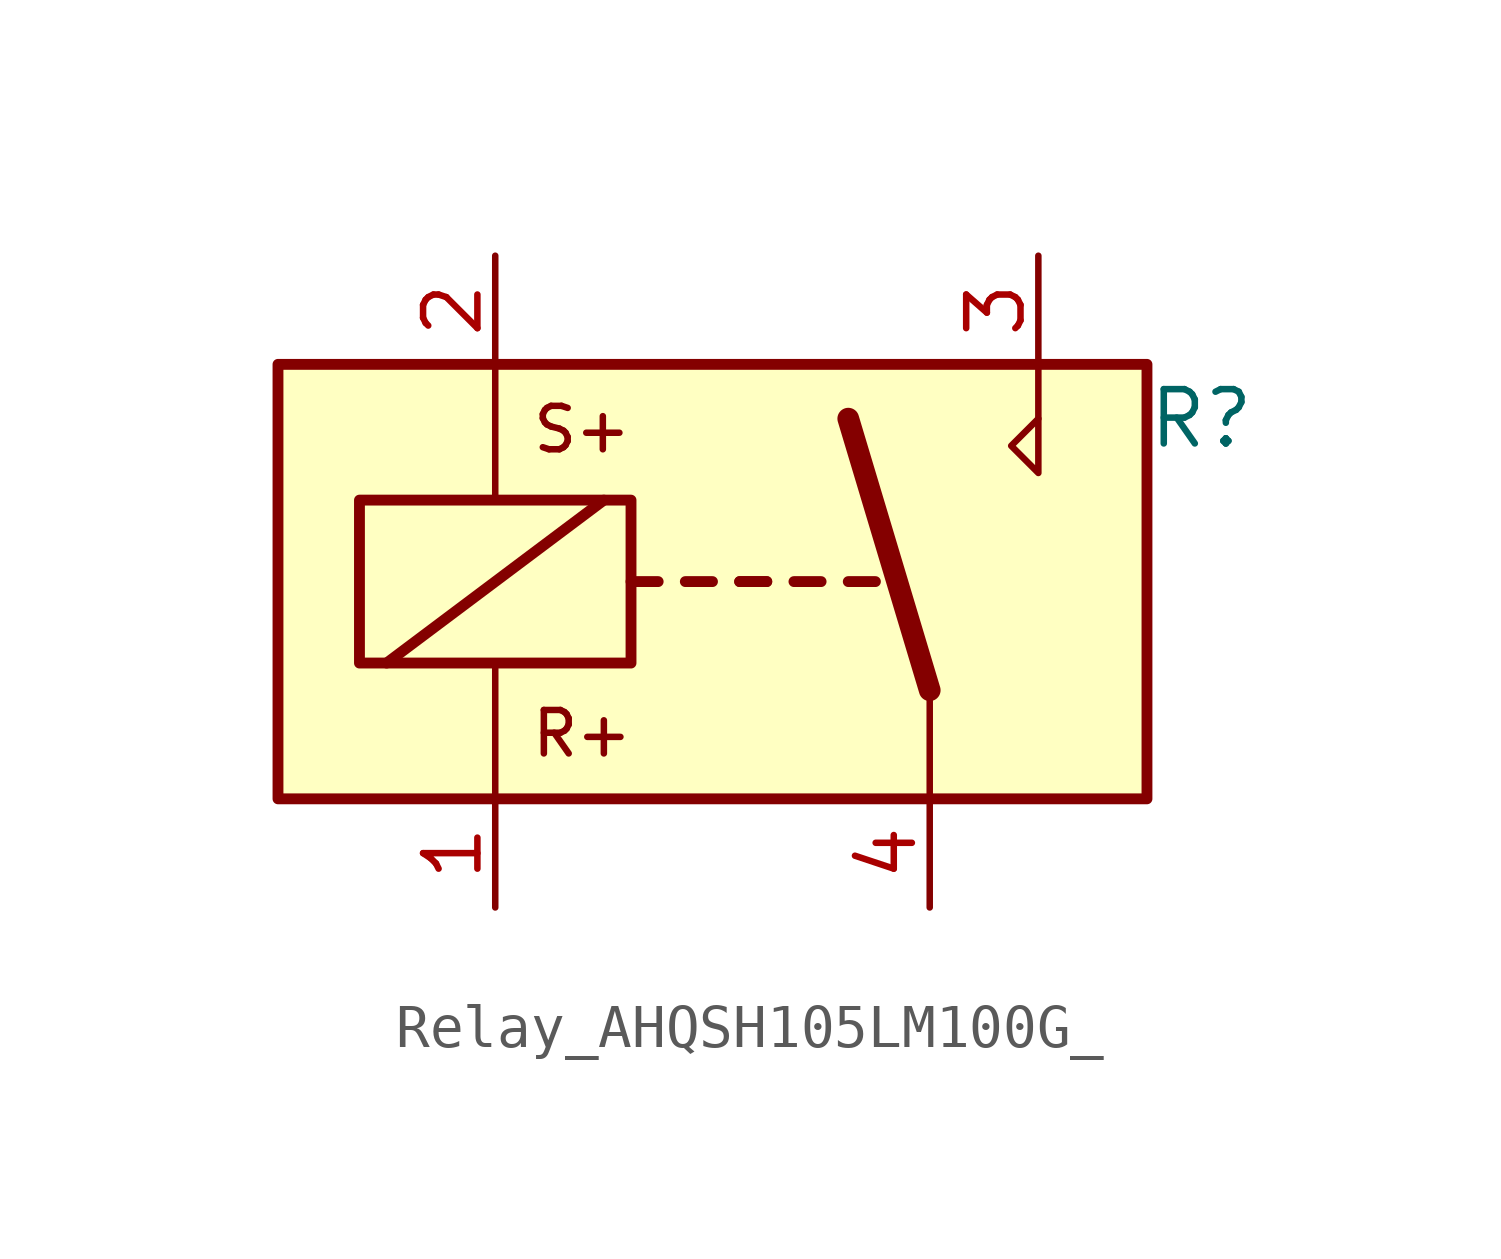
<source format=kicad_sym>
(kicad_symbol_lib
  (version 20220914)
  (generator kicad_symbol_editor)
  (symbol "Relay_AHQSH105LM100G_"
    (property "Reference" "R"
      (at 21.59 8.89 0)
      (effects (font (size 1.27 1.27))))
    (property "Value" ""
      (at 0 0 0)
      (effects (font (size 1.27 1.27))))
    (symbol "Relay_AHQSH105LM100G__1_1"
      (polyline (pts (xy 2.54 3.175) (xy 7.62 6.985)) (stroke (width 0.254) (type default)) (fill (type none)))
      (polyline (pts (xy 5.08 0) (xy 5.08 3.175)) (stroke (width 0) (type default)) (fill (type none)))
      (polyline (pts (xy 5.08 10.16) (xy 5.08 6.985)) (stroke (width 0) (type default)) (fill (type none)))
      (polyline (pts (xy 8.255 5.08) (xy 8.89 5.08)) (stroke (width 0.254) (type default)) (fill (type none)))
      (polyline (pts (xy 9.525 5.08) (xy 10.16 5.08)) (stroke (width 0.254) (type default)) (fill (type none)))
      (polyline (pts (xy 10.795 5.08) (xy 11.43 5.08)) (stroke (width 0.254) (type default)) (fill (type none)))
      (polyline (pts (xy 10.795 5.08) (xy 11.43 5.08)) (stroke (width 0.254) (type default)) (fill (type none)))
      (polyline (pts (xy 12.065 5.08) (xy 12.7 5.08)) (stroke (width 0.254) (type default)) (fill (type none)))
      (polyline (pts (xy 13.335 5.08) (xy 13.97 5.08)) (stroke (width 0.254) (type default)) (fill (type none)))
      (polyline (pts (xy 15.24 2.54) (xy 13.335 8.89)) (stroke (width 0.508) (type default)) (fill (type none)))
      (polyline (pts (xy 15.24 2.54) (xy 15.24 0)) (stroke (width 0) (type default)) (fill (type none)))
      (polyline (pts (xy 17.78 8.89) (xy 17.78 10.16)) (stroke (width 0) (type default)) (fill (type none)))
      (polyline (pts (xy 17.78 8.89) (xy 17.78 7.62) (xy 17.145 8.255) (xy 17.78 8.89)) (stroke (width 0) (type default)) (fill (type none)))
      (rectangle (start 0 10.16) (end 20.32 0) (stroke (width 0.254) (type default)) (fill (type background)))
      (rectangle (start 1.905 6.985) (end 8.255 3.175) (stroke (width 0.254) (type default)) (fill (type none)))
      (text "R+" (at 7.112 1.524 0) (effects (font (size 1.016 1.016))))
      (text "S+" (at 7.112 8.636 0) (effects (font (size 1.016 1.016))))
      (pin passive line (at 5.08 -2.54 90) (length 2.54) (name "~" (effects (font (size 1.27 1.27)))) (number "1" (effects (font (size 1.27 1.27)))))
      (pin passive line (at 5.08 12.7 270) (length 2.54) (name "~" (effects (font (size 1.27 1.27)))) (number "2" (effects (font (size 1.27 1.27)))))
      (pin passive line (at 17.78 12.7 270) (length 2.54) (name "~" (effects (font (size 1.27 1.27)))) (number "3" (effects (font (size 1.27 1.27)))))
      (pin passive line (at 15.24 -2.54 90) (length 2.54) (name "~" (effects (font (size 1.27 1.27)))) (number "4" (effects (font (size 1.27 1.27))))))))
</source>
